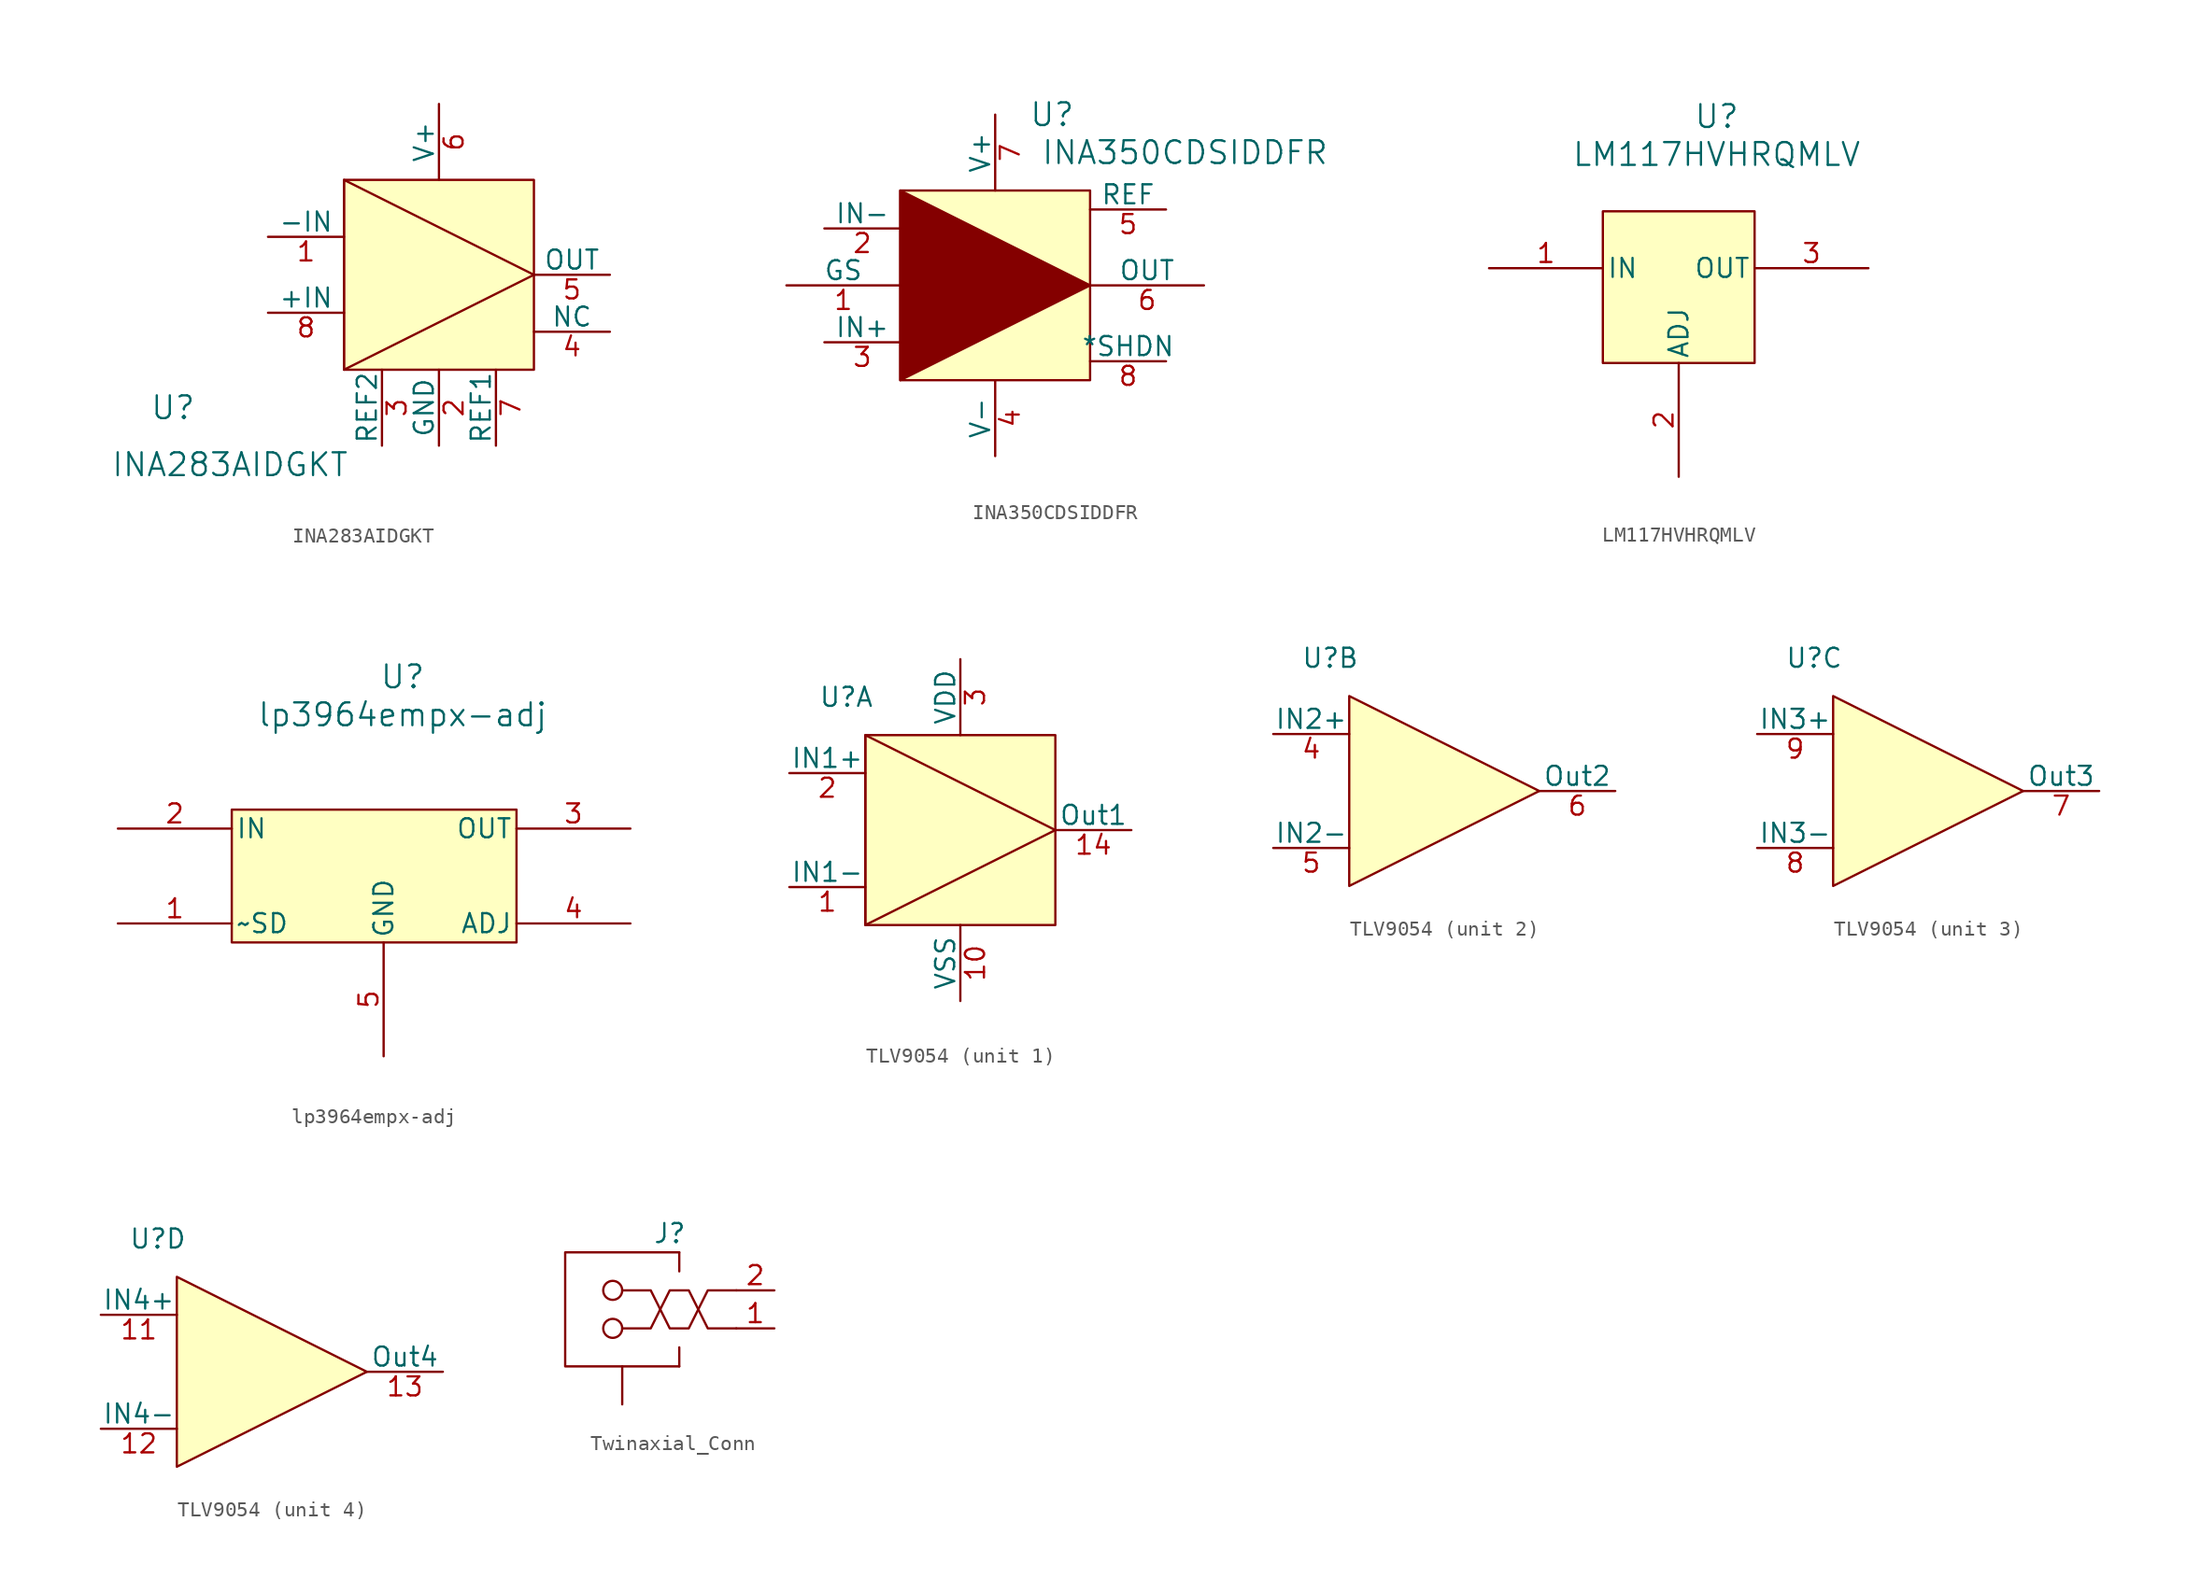
<source format=kicad_sym>
(kicad_symbol_lib
  (version 20220914)
  (generator kicad_symbol_editor)
  (symbol "INA283AIDGKT"
    (pin_names
      (offset 0))
    (property "Reference" "U"
      (at -11.43 -2.54 0)
      (effects (font (size 1.524 1.524))))
    (property "Value" "INA283AIDGKT"
      (at -7.62 -6.35 0)
      (effects (font (size 1.524 1.524))))
    (symbol "INA283AIDGKT_0_1"
      (pin input line (at -5.08 8.89 0) (length 5.08) (name "-IN" (effects (font (size 1.27 1.27)))) (number "1" (effects (font (size 1.27 1.27)))))
      (pin power_in line (at 6.35 -5.08 90) (length 5.08) (name "GND" (effects (font (size 1.27 1.27)))) (number "2" (effects (font (size 1.27 1.27)))))
      (pin input line (at 2.54 -5.08 90) (length 5.08) (name "REF2" (effects (font (size 1.27 1.27)))) (number "3" (effects (font (size 1.27 1.27)))))
      (pin unspecified line (at 17.78 2.54 180) (length 5.08) (name "NC" (effects (font (size 1.27 1.27)))) (number "4" (effects (font (size 1.27 1.27)))))
      (pin output line (at 17.78 6.35 180) (length 5.08) (name "OUT" (effects (font (size 1.27 1.27)))) (number "5" (effects (font (size 1.27 1.27)))))
      (pin power_in line (at 6.35 17.78 270) (length 5.08) (name "V+" (effects (font (size 1.27 1.27)))) (number "6" (effects (font (size 1.27 1.27)))))
      (pin input line (at 10.16 -5.08 90) (length 5.08) (name "REF1" (effects (font (size 1.27 1.27)))) (number "7" (effects (font (size 1.27 1.27)))))
      (pin input line (at -5.08 3.81 0) (length 5.08) (name "+IN" (effects (font (size 1.27 1.27)))) (number "8" (effects (font (size 1.27 1.27))))))
    (symbol "INA283AIDGKT_1_1"
      (polyline (pts (xy 0 12.7) (xy 0 0) (xy 0 12.7) (xy 12.7 6.35) (xy 0 0)) (stroke (width 0) (type default)) (fill (type none)))
      (rectangle (start 0 12.7) (end 12.7 0) (stroke (width 0) (type default)) (fill (type background)))))
  (symbol "INA350CDSIDDFR"
    (pin_names
      (offset 0))
    (property "Reference" "U"
      (at 22.86 5.08 0)
      (effects (font (size 1.524 1.524))))
    (property "Value" "INA350CDSIDDFR"
      (at 31.75 2.54 0)
      (effects (font (size 1.524 1.524))))
    (symbol "INA350CDSIDDFR_0_1"
      (pin unspecified line (at 5.08 -6.35 0) (length 7.62) (name "GS" (effects (font (size 1.27 1.27)))) (number "1" (effects (font (size 1.27 1.27)))))
      (pin input line (at 7.62 -2.54 0) (length 5.08) (name "IN-" (effects (font (size 1.27 1.27)))) (number "2" (effects (font (size 1.27 1.27)))))
      (pin input line (at 7.62 -10.16 0) (length 5.08) (name "IN+" (effects (font (size 1.27 1.27)))) (number "3" (effects (font (size 1.27 1.27)))))
      (pin unspecified line (at 19.05 -17.78 90) (length 5.08) (name "V-" (effects (font (size 1.27 1.27)))) (number "4" (effects (font (size 1.27 1.27)))))
      (pin input line (at 30.48 -1.27 180) (length 5.08) (name "REF" (effects (font (size 1.27 1.27)))) (number "5" (effects (font (size 1.27 1.27)))))
      (pin output line (at 33.02 -6.35 180) (length 7.62) (name "OUT" (effects (font (size 1.27 1.27)))) (number "6" (effects (font (size 1.27 1.27)))))
      (pin power_in line (at 19.05 5.08 270) (length 5.08) (name "V+" (effects (font (size 1.27 1.27)))) (number "7" (effects (font (size 1.27 1.27)))))
      (pin unspecified line (at 30.48 -11.43 180) (length 5.08) (name "*SHDN" (effects (font (size 1.27 1.27)))) (number "8" (effects (font (size 1.27 1.27))))))
    (symbol "INA350CDSIDDFR_1_1"
      (polyline (pts (xy 12.7 0) (xy 12.7 -12.7) (xy 25.4 -6.35) (xy 12.7 0)) (stroke (width 0) (type default)) (fill (type outline)))
      (rectangle (start 12.7 0) (end 25.4 -12.7) (stroke (width 0) (type default)) (fill (type background)))))
  (symbol "LM117HVHRQMLV"
    (pin_names
      (offset 0.254))
    (property "Reference" "U"
      (at 27.94 10.16 0)
      (effects (font (size 1.524 1.524))))
    (property "Value" "LM117HVHRQMLV"
      (at 27.94 7.62 0)
      (effects (font (size 1.524 1.524))))
    (property "ki_locked" ""
      (at 0 0 0)
      (effects (font (size 1.27 1.27))))
    (symbol "LM117HVHRQMLV_0_1"
      (pin power_in line (at 12.7 0 0) (length 7.62) (name "IN" (effects (font (size 1.27 1.27)))) (number "1" (effects (font (size 1.27 1.27)))))
      (pin input line (at 25.4 -13.97 90) (length 7.62) (name "ADJ" (effects (font (size 1.27 1.27)))) (number "2" (effects (font (size 1.27 1.27)))))
      (pin power_in line (at 38.1 0 180) (length 7.62) (name "OUT" (effects (font (size 1.27 1.27)))) (number "3" (effects (font (size 1.27 1.27))))))
    (symbol "LM117HVHRQMLV_1_1"
      (rectangle (start 20.32 3.81) (end 30.48 -6.35) (stroke (width 0) (type default)) (fill (type background)))))
  (symbol "lp3964empx-adj"
    (pin_names
      (offset 0.254))
    (property "Reference" "U"
      (at 19.05 10.16 0)
      (effects (font (size 1.524 1.524))))
    (property "Value" "lp3964empx-adj"
      (at 19.05 7.62 0)
      (effects (font (size 1.524 1.524))))
    (property "ki_locked" ""
      (at 0 0 0)
      (effects (font (size 1.27 1.27))))
    (symbol "lp3964empx-adj_0_1"
      (pin input line (at 0 -6.35 0) (length 7.62) (name "~SD" (effects (font (size 1.27 1.27)))) (number "1" (effects (font (size 1.27 1.27)))))
      (pin power_in line (at 0 0 0) (length 7.62) (name "IN" (effects (font (size 1.27 1.27)))) (number "2" (effects (font (size 1.27 1.27)))))
      (pin power_in line (at 34.29 0 180) (length 7.62) (name "OUT" (effects (font (size 1.27 1.27)))) (number "3" (effects (font (size 1.27 1.27)))))
      (pin input line (at 34.29 -6.35 180) (length 7.62) (name "ADJ" (effects (font (size 1.27 1.27)))) (number "4" (effects (font (size 1.27 1.27)))))
      (pin power_in line (at 17.78 -15.24 90) (length 7.62) (name "GND" (effects (font (size 1.27 1.27)))) (number "5" (effects (font (size 1.27 1.27))))))
    (symbol "lp3964empx-adj_1_1"
      (rectangle (start 7.62 1.27) (end 26.67 -7.62) (stroke (width 0) (type default)) (fill (type background)))))
  (symbol "TLV9054"
    (pin_names
      (offset 0))
    (property "Reference" "U"
      (at -1.27 15.24 0)
      (effects (font (size 1.27 1.27))))
    (property "Value" ""
      (at 0 0 0)
      (effects (font (size 1.27 1.27))))
    (property "ki_locked" ""
      (at 0 0 0)
      (effects (font (size 1.27 1.27))))
    (symbol "TLV9054_1_1"
      (polyline (pts (xy 0 12.7) (xy 0 0) (xy 12.7 6.35) (xy 0 12.7)) (stroke (width 0) (type default)) (fill (type none)))
      (rectangle (start 0 12.7) (end 12.7 0) (stroke (width 0) (type default)) (fill (type background)))
      (pin input line (at -5.08 2.54 0) (length 5.08) (name "IN1-" (effects (font (size 1.27 1.27)))) (number "1" (effects (font (size 1.27 1.27)))))
      (pin power_in line (at 6.35 -5.08 90) (length 5.08) (name "VSS" (effects (font (size 1.27 1.27)))) (number "10" (effects (font (size 1.27 1.27)))))
      (pin output line (at 17.78 6.35 180) (length 5.08) (name "Out1" (effects (font (size 1.27 1.27)))) (number "14" (effects (font (size 1.27 1.27)))))
      (pin input line (at -5.08 10.16 0) (length 5.08) (name "IN1+" (effects (font (size 1.27 1.27)))) (number "2" (effects (font (size 1.27 1.27)))))
      (pin power_in line (at 6.35 17.78 270) (length 5.08) (name "VDD" (effects (font (size 1.27 1.27)))) (number "3" (effects (font (size 1.27 1.27))))))
    (symbol "TLV9054_2_1"
      (polyline (pts (xy 0 12.7) (xy 0 0) (xy 12.7 6.35) (xy 0 12.7)) (stroke (width 0) (type default)) (fill (type background)))
      (pin input line (at -5.08 10.16 0) (length 5.08) (name "IN2+" (effects (font (size 1.27 1.27)))) (number "4" (effects (font (size 1.27 1.27)))))
      (pin input line (at -5.08 2.54 0) (length 5.08) (name "IN2-" (effects (font (size 1.27 1.27)))) (number "5" (effects (font (size 1.27 1.27)))))
      (pin output line (at 17.78 6.35 180) (length 5.08) (name "Out2" (effects (font (size 1.27 1.27)))) (number "6" (effects (font (size 1.27 1.27))))))
    (symbol "TLV9054_3_1"
      (polyline (pts (xy 0 12.7) (xy 0 0) (xy 12.7 6.35) (xy 0 12.7)) (stroke (width 0) (type default)) (fill (type background)))
      (pin output line (at 17.78 6.35 180) (length 5.08) (name "Out3" (effects (font (size 1.27 1.27)))) (number "7" (effects (font (size 1.27 1.27)))))
      (pin input line (at -5.08 2.54 0) (length 5.08) (name "IN3-" (effects (font (size 1.27 1.27)))) (number "8" (effects (font (size 1.27 1.27)))))
      (pin input line (at -5.08 10.16 0) (length 5.08) (name "IN3+" (effects (font (size 1.27 1.27)))) (number "9" (effects (font (size 1.27 1.27))))))
    (symbol "TLV9054_4_1"
      (polyline (pts (xy 0 12.7) (xy 0 0) (xy 12.7 6.35) (xy 0 12.7)) (stroke (width 0) (type default)) (fill (type background)))
      (pin input line (at -5.08 10.16 0) (length 5.08) (name "IN4+" (effects (font (size 1.27 1.27)))) (number "11" (effects (font (size 1.27 1.27)))))
      (pin input line (at -5.08 2.54 0) (length 5.08) (name "IN4-" (effects (font (size 1.27 1.27)))) (number "12" (effects (font (size 1.27 1.27)))))
      (pin output line (at 17.78 6.35 180) (length 5.08) (name "Out4" (effects (font (size 1.27 1.27)))) (number "13" (effects (font (size 1.27 1.27)))))))
  (symbol "Twinaxial_Conn"
    (property "Reference" "J"
      (at 3.175 8.89 0)
      (effects (font (size 1.27 1.27))))
    (property "Value" ""
      (at 0 0 0)
      (effects (font (size 1.27 1.27))))
    (symbol "Twinaxial_Conn_0_1"
      (circle (center -0.635 2.54) (radius 0.635) (stroke (width 0) (type default)) (fill (type none)))
      (circle (center -0.635 5.08) (radius 0.635) (stroke (width 0) (type default)) (fill (type none)))
      (polyline (pts (xy 3.81 0) (xy 3.81 1.27)) (stroke (width 0) (type default)) (fill (type none)))
      (polyline (pts (xy 3.81 7.62) (xy 3.81 6.35)) (stroke (width 0) (type default)) (fill (type none)))
      (polyline (pts (xy 3.81 7.62) (xy -3.81 7.62) (xy -3.81 0) (xy 3.81 0)) (stroke (width 0) (type default)) (fill (type none)))
      (polyline (pts (xy 0 2.54) (xy 1.905 2.54) (xy 3.175 5.08) (xy 4.445 5.08) (xy 5.715 2.54) (xy 7.62 2.54)) (stroke (width 0) (type default)) (fill (type none)))
      (polyline (pts (xy 0 5.08) (xy 1.905 5.08) (xy 3.175 2.54) (xy 4.445 2.54) (xy 5.715 5.08) (xy 7.62 5.08)) (stroke (width 0) (type default)) (fill (type none))))
    (symbol "Twinaxial_Conn_1_1"
      (pin power_in line (at 0 -2.54 90) (length 2.54) (name "" (effects (font (size 1.27 1.27)))) (number "" (effects (font (size 1.27 1.27)))))
      (pin bidirectional line (at 10.16 2.54 180) (length 2.54) (name "" (effects (font (size 1.27 1.27)))) (number "1" (effects (font (size 1.27 1.27)))))
      (pin bidirectional line (at 10.16 5.08 180) (length 2.54) (name "" (effects (font (size 1.27 1.27)))) (number "2" (effects (font (size 1.27 1.27))))))))
</source>
